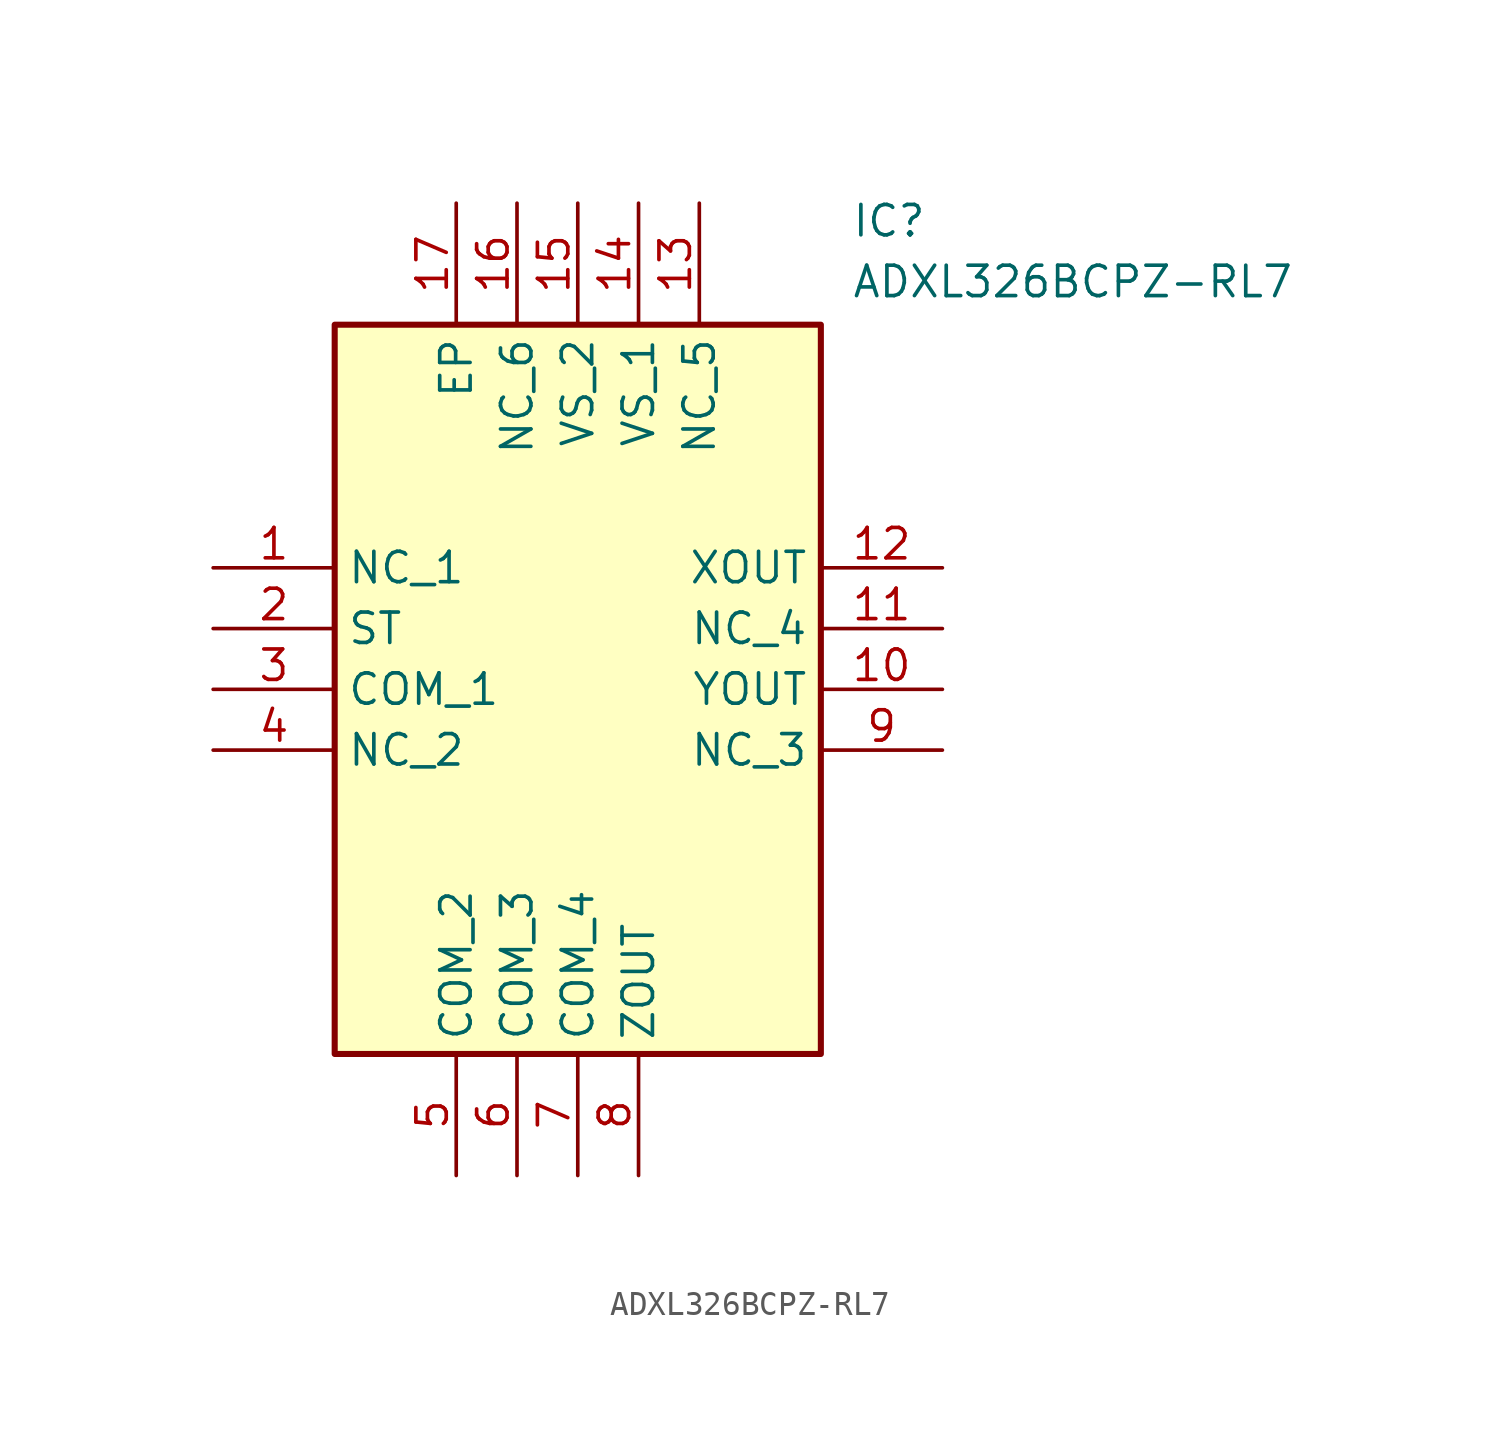
<source format=kicad_sym>
(kicad_symbol_lib
  (version 20241209)
  (generator "kicad_symbol_editor")
  (generator_version "9.0")
  (symbol "ADXL326BCPZ-RL7"
    (property "Reference" "IC"
      (at 26.67 15.24 0)
      (effects (font (size 1.27 1.27)) (justify left top)))
    (property "Value" "ADXL326BCPZ-RL7"
      (at 26.67 12.7 0)
      (effects (font (size 1.27 1.27)) (justify left top)))
    (symbol "ADXL326BCPZ-RL7_1_1"
      (rectangle (start 5.08 10.16) (end 25.4 -20.32) (stroke (width 0.254) (type default)) (fill (type background)))
      (pin passive line (at 0 0 0) (length 5.08) (name "NC_1" (effects (font (size 1.27 1.27)))) (number "1" (effects (font (size 1.27 1.27)))))
      (pin passive line (at 0 -2.54 0) (length 5.08) (name "ST" (effects (font (size 1.27 1.27)))) (number "2" (effects (font (size 1.27 1.27)))))
      (pin passive line (at 0 -5.08 0) (length 5.08) (name "COM_1" (effects (font (size 1.27 1.27)))) (number "3" (effects (font (size 1.27 1.27)))))
      (pin passive line (at 0 -7.62 0) (length 5.08) (name "NC_2" (effects (font (size 1.27 1.27)))) (number "4" (effects (font (size 1.27 1.27)))))
      (pin passive line (at 10.16 15.24 270) (length 5.08) (name "EP" (effects (font (size 1.27 1.27)))) (number "17" (effects (font (size 1.27 1.27)))))
      (pin passive line (at 10.16 -25.4 90) (length 5.08) (name "COM_2" (effects (font (size 1.27 1.27)))) (number "5" (effects (font (size 1.27 1.27)))))
      (pin passive line (at 12.7 15.24 270) (length 5.08) (name "NC_6" (effects (font (size 1.27 1.27)))) (number "16" (effects (font (size 1.27 1.27)))))
      (pin passive line (at 12.7 -25.4 90) (length 5.08) (name "COM_3" (effects (font (size 1.27 1.27)))) (number "6" (effects (font (size 1.27 1.27)))))
      (pin passive line (at 15.24 15.24 270) (length 5.08) (name "VS_2" (effects (font (size 1.27 1.27)))) (number "15" (effects (font (size 1.27 1.27)))))
      (pin passive line (at 15.24 -25.4 90) (length 5.08) (name "COM_4" (effects (font (size 1.27 1.27)))) (number "7" (effects (font (size 1.27 1.27)))))
      (pin passive line (at 17.78 15.24 270) (length 5.08) (name "VS_1" (effects (font (size 1.27 1.27)))) (number "14" (effects (font (size 1.27 1.27)))))
      (pin passive line (at 17.78 -25.4 90) (length 5.08) (name "ZOUT" (effects (font (size 1.27 1.27)))) (number "8" (effects (font (size 1.27 1.27)))))
      (pin passive line (at 20.32 15.24 270) (length 5.08) (name "NC_5" (effects (font (size 1.27 1.27)))) (number "13" (effects (font (size 1.27 1.27)))))
      (pin passive line (at 30.48 0 180) (length 5.08) (name "XOUT" (effects (font (size 1.27 1.27)))) (number "12" (effects (font (size 1.27 1.27)))))
      (pin passive line (at 30.48 -2.54 180) (length 5.08) (name "NC_4" (effects (font (size 1.27 1.27)))) (number "11" (effects (font (size 1.27 1.27)))))
      (pin passive line (at 30.48 -5.08 180) (length 5.08) (name "YOUT" (effects (font (size 1.27 1.27)))) (number "10" (effects (font (size 1.27 1.27)))))
      (pin passive line (at 30.48 -7.62 180) (length 5.08) (name "NC_3" (effects (font (size 1.27 1.27)))) (number "9" (effects (font (size 1.27 1.27))))))))
</source>
